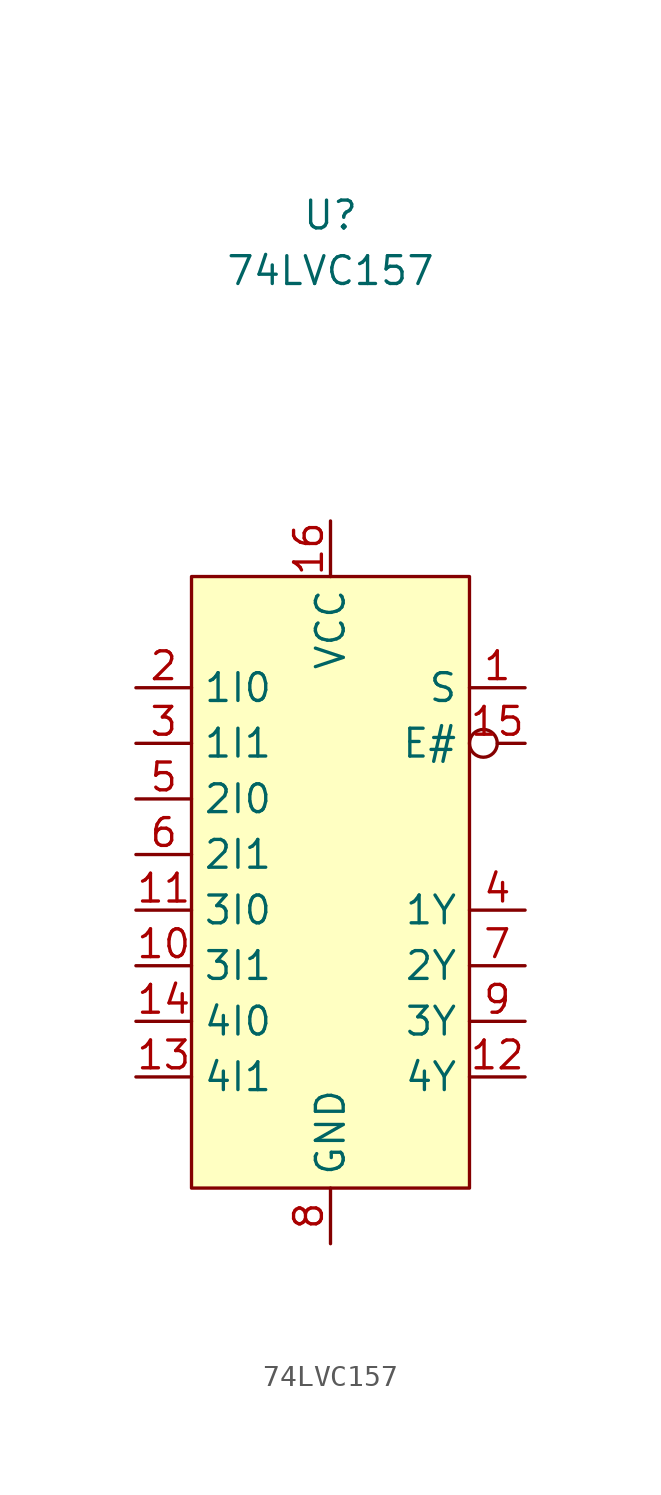
<source format=kicad_sym>
(kicad_symbol_lib
  (version 20201005)
  (generator kicad_symbol_editor)
  (symbol "74xx:74LVC157"
    (property "Reference" "U"
      (at 0 30.48 0)
      (effects (font (size 1.27 1.27))))
    (property "Value" "74LVC157"
      (at 0 27.94 0)
      (effects (font (size 1.27 1.27))))
    (symbol "74LVC157_0_1"
      (rectangle (start -6.35 13.97) (end 6.35 -13.97) (stroke (width 0.152)) (fill (type background))))
    (symbol "74LVC157_1_1"
      (pin input line (at 8.89 8.89 180) (length 2.54) (name "S" (effects (font (size 1.27 1.27)))) (number "1" (effects (font (size 1.27 1.27)))))
      (pin input line (at -8.89 -3.81 0) (length 2.54) (name "3I1" (effects (font (size 1.27 1.27)))) (number "10" (effects (font (size 1.27 1.27)))))
      (pin input line (at -8.89 -1.27 0) (length 2.54) (name "3I0" (effects (font (size 1.27 1.27)))) (number "11" (effects (font (size 1.27 1.27)))))
      (pin output line (at 8.89 -8.89 180) (length 2.54) (name "4Y" (effects (font (size 1.27 1.27)))) (number "12" (effects (font (size 1.27 1.27)))))
      (pin input line (at -8.89 -8.89 0) (length 2.54) (name "4I1" (effects (font (size 1.27 1.27)))) (number "13" (effects (font (size 1.27 1.27)))))
      (pin input line (at -8.89 -6.35 0) (length 2.54) (name "4I0" (effects (font (size 1.27 1.27)))) (number "14" (effects (font (size 1.27 1.27)))))
      (pin input inverted (at 8.89 6.35 180) (length 2.54) (name "E#" (effects (font (size 1.27 1.27)))) (number "15" (effects (font (size 1.27 1.27)))))
      (pin power_in line (at 0 16.51 270) (length 2.54) (name "VCC" (effects (font (size 1.27 1.27)))) (number "16" (effects (font (size 1.27 1.27)))))
      (pin input line (at -8.89 8.89 0) (length 2.54) (name "1I0" (effects (font (size 1.27 1.27)))) (number "2" (effects (font (size 1.27 1.27)))))
      (pin input line (at -8.89 6.35 0) (length 2.54) (name "1I1" (effects (font (size 1.27 1.27)))) (number "3" (effects (font (size 1.27 1.27)))))
      (pin output line (at 8.89 -1.27 180) (length 2.54) (name "1Y" (effects (font (size 1.27 1.27)))) (number "4" (effects (font (size 1.27 1.27)))))
      (pin input line (at -8.89 3.81 0) (length 2.54) (name "2I0" (effects (font (size 1.27 1.27)))) (number "5" (effects (font (size 1.27 1.27)))))
      (pin input line (at -8.89 1.27 0) (length 2.54) (name "2I1" (effects (font (size 1.27 1.27)))) (number "6" (effects (font (size 1.27 1.27)))))
      (pin output line (at 8.89 -3.81 180) (length 2.54) (name "2Y" (effects (font (size 1.27 1.27)))) (number "7" (effects (font (size 1.27 1.27)))))
      (pin power_in line (at 0 -16.51 90) (length 2.54) (name "GND" (effects (font (size 1.27 1.27)))) (number "8" (effects (font (size 1.27 1.27)))))
      (pin output line (at 8.89 -6.35 180) (length 2.54) (name "3Y" (effects (font (size 1.27 1.27)))) (number "9" (effects (font (size 1.27 1.27))))))))
</source>
